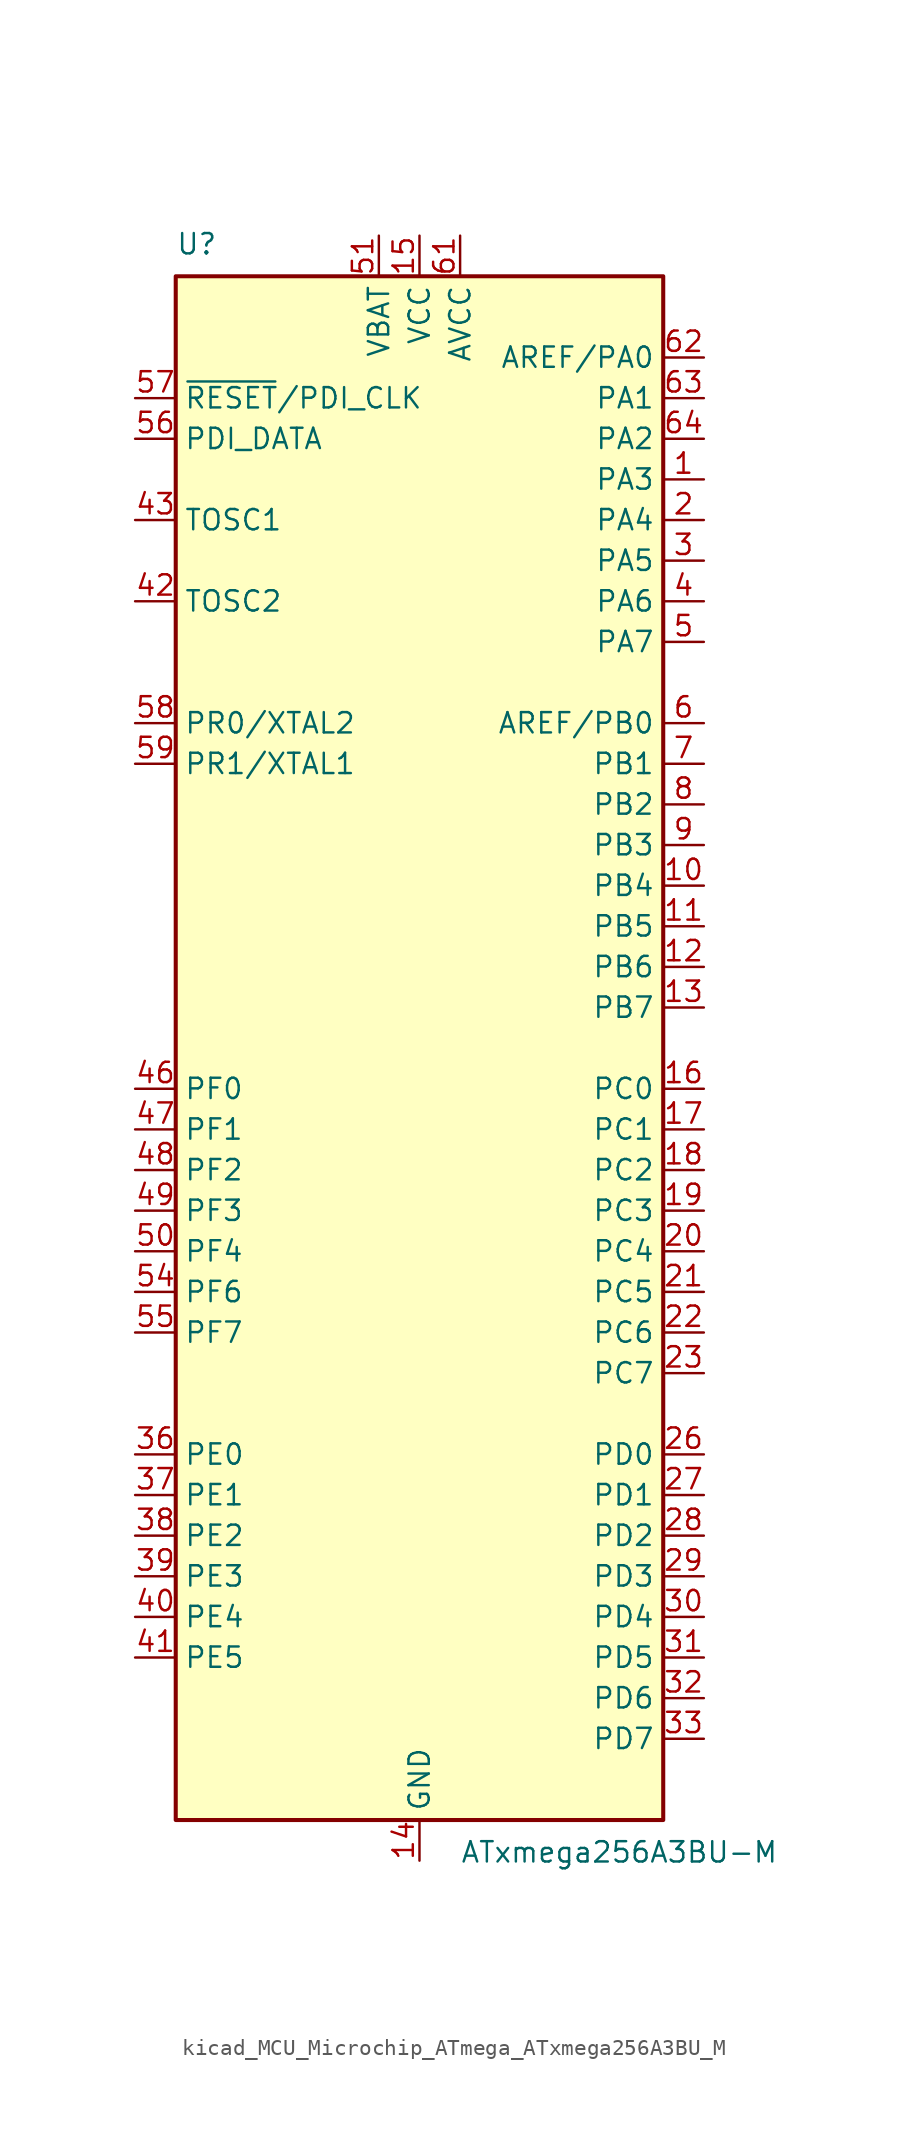
<source format=kicad_sym>
(kicad_symbol_lib
  (version 20220914)
  (generator kicad_symbol_editor)
  (symbol "kicad_MCU_Microchip_ATmega_ATxmega256A3BU_M"
    (property "Reference" "U"
      (at -15.24 49.53 0)
      (effects (font (size 1.27 1.27)) (justify left bottom)))
    (property "Value" "ATxmega256A3BU-M"
      (at 2.54 -49.53 0)
      (effects (font (size 1.27 1.27)) (justify left top)))
    (symbol "kicad_MCU_Microchip_ATmega_ATxmega256A3BU_M_0_1"
      (rectangle (start -15.24 -48.26) (end 15.24 48.26) (stroke (width 0.254) (type default)) (fill (type background))))
    (symbol "kicad_MCU_Microchip_ATmega_ATxmega256A3BU_M_1_1"
      (pin bidirectional line (at 17.78 35.56 180) (length 2.54) (name "PA3" (effects (font (size 1.27 1.27)))) (number "1" (effects (font (size 1.27 1.27)))))
      (pin bidirectional line (at 17.78 10.16 180) (length 2.54) (name "PB4" (effects (font (size 1.27 1.27)))) (number "10" (effects (font (size 1.27 1.27)))))
      (pin bidirectional line (at 17.78 7.62 180) (length 2.54) (name "PB5" (effects (font (size 1.27 1.27)))) (number "11" (effects (font (size 1.27 1.27)))))
      (pin bidirectional line (at 17.78 5.08 180) (length 2.54) (name "PB6" (effects (font (size 1.27 1.27)))) (number "12" (effects (font (size 1.27 1.27)))))
      (pin bidirectional line (at 17.78 2.54 180) (length 2.54) (name "PB7" (effects (font (size 1.27 1.27)))) (number "13" (effects (font (size 1.27 1.27)))))
      (pin power_in line (at 0 -50.8 90) (length 2.54) (name "GND" (effects (font (size 1.27 1.27)))) (number "14" (effects (font (size 1.27 1.27)))))
      (pin power_in line (at 0 50.8 270) (length 2.54) (name "VCC" (effects (font (size 1.27 1.27)))) (number "15" (effects (font (size 1.27 1.27)))))
      (pin bidirectional line (at 17.78 -2.54 180) (length 2.54) (name "PC0" (effects (font (size 1.27 1.27)))) (number "16" (effects (font (size 1.27 1.27)))))
      (pin bidirectional line (at 17.78 -5.08 180) (length 2.54) (name "PC1" (effects (font (size 1.27 1.27)))) (number "17" (effects (font (size 1.27 1.27)))))
      (pin bidirectional line (at 17.78 -7.62 180) (length 2.54) (name "PC2" (effects (font (size 1.27 1.27)))) (number "18" (effects (font (size 1.27 1.27)))))
      (pin bidirectional line (at 17.78 -10.16 180) (length 2.54) (name "PC3" (effects (font (size 1.27 1.27)))) (number "19" (effects (font (size 1.27 1.27)))))
      (pin bidirectional line (at 17.78 33.02 180) (length 2.54) (name "PA4" (effects (font (size 1.27 1.27)))) (number "2" (effects (font (size 1.27 1.27)))))
      (pin bidirectional line (at 17.78 -12.7 180) (length 2.54) (name "PC4" (effects (font (size 1.27 1.27)))) (number "20" (effects (font (size 1.27 1.27)))))
      (pin bidirectional line (at 17.78 -15.24 180) (length 2.54) (name "PC5" (effects (font (size 1.27 1.27)))) (number "21" (effects (font (size 1.27 1.27)))))
      (pin bidirectional line (at 17.78 -17.78 180) (length 2.54) (name "PC6" (effects (font (size 1.27 1.27)))) (number "22" (effects (font (size 1.27 1.27)))))
      (pin bidirectional line (at 17.78 -20.32 180) (length 2.54) (name "PC7" (effects (font (size 1.27 1.27)))) (number "23" (effects (font (size 1.27 1.27)))))
      (pin passive line (at 0 -50.8 90) (length 2.54) hide (name "GND" (effects (font (size 1.27 1.27)))) (number "24" (effects (font (size 1.27 1.27)))))
      (pin passive line (at 0 50.8 270) (length 2.54) hide (name "VCC" (effects (font (size 1.27 1.27)))) (number "25" (effects (font (size 1.27 1.27)))))
      (pin bidirectional line (at 17.78 -25.4 180) (length 2.54) (name "PD0" (effects (font (size 1.27 1.27)))) (number "26" (effects (font (size 1.27 1.27)))))
      (pin bidirectional line (at 17.78 -27.94 180) (length 2.54) (name "PD1" (effects (font (size 1.27 1.27)))) (number "27" (effects (font (size 1.27 1.27)))))
      (pin bidirectional line (at 17.78 -30.48 180) (length 2.54) (name "PD2" (effects (font (size 1.27 1.27)))) (number "28" (effects (font (size 1.27 1.27)))))
      (pin bidirectional line (at 17.78 -33.02 180) (length 2.54) (name "PD3" (effects (font (size 1.27 1.27)))) (number "29" (effects (font (size 1.27 1.27)))))
      (pin bidirectional line (at 17.78 30.48 180) (length 2.54) (name "PA5" (effects (font (size 1.27 1.27)))) (number "3" (effects (font (size 1.27 1.27)))))
      (pin bidirectional line (at 17.78 -35.56 180) (length 2.54) (name "PD4" (effects (font (size 1.27 1.27)))) (number "30" (effects (font (size 1.27 1.27)))))
      (pin bidirectional line (at 17.78 -38.1 180) (length 2.54) (name "PD5" (effects (font (size 1.27 1.27)))) (number "31" (effects (font (size 1.27 1.27)))))
      (pin bidirectional line (at 17.78 -40.64 180) (length 2.54) (name "PD6" (effects (font (size 1.27 1.27)))) (number "32" (effects (font (size 1.27 1.27)))))
      (pin bidirectional line (at 17.78 -43.18 180) (length 2.54) (name "PD7" (effects (font (size 1.27 1.27)))) (number "33" (effects (font (size 1.27 1.27)))))
      (pin passive line (at 0 -50.8 90) (length 2.54) hide (name "GND" (effects (font (size 1.27 1.27)))) (number "34" (effects (font (size 1.27 1.27)))))
      (pin passive line (at 0 50.8 270) (length 2.54) hide (name "VCC" (effects (font (size 1.27 1.27)))) (number "35" (effects (font (size 1.27 1.27)))))
      (pin bidirectional line (at -17.78 -25.4 0) (length 2.54) (name "PE0" (effects (font (size 1.27 1.27)))) (number "36" (effects (font (size 1.27 1.27)))))
      (pin bidirectional line (at -17.78 -27.94 0) (length 2.54) (name "PE1" (effects (font (size 1.27 1.27)))) (number "37" (effects (font (size 1.27 1.27)))))
      (pin bidirectional line (at -17.78 -30.48 0) (length 2.54) (name "PE2" (effects (font (size 1.27 1.27)))) (number "38" (effects (font (size 1.27 1.27)))))
      (pin bidirectional line (at -17.78 -33.02 0) (length 2.54) (name "PE3" (effects (font (size 1.27 1.27)))) (number "39" (effects (font (size 1.27 1.27)))))
      (pin bidirectional line (at 17.78 27.94 180) (length 2.54) (name "PA6" (effects (font (size 1.27 1.27)))) (number "4" (effects (font (size 1.27 1.27)))))
      (pin bidirectional line (at -17.78 -35.56 0) (length 2.54) (name "PE4" (effects (font (size 1.27 1.27)))) (number "40" (effects (font (size 1.27 1.27)))))
      (pin bidirectional line (at -17.78 -38.1 0) (length 2.54) (name "PE5" (effects (font (size 1.27 1.27)))) (number "41" (effects (font (size 1.27 1.27)))))
      (pin passive line (at -17.78 27.94 0) (length 2.54) (name "TOSC2" (effects (font (size 1.27 1.27)))) (number "42" (effects (font (size 1.27 1.27)))))
      (pin input line (at -17.78 33.02 0) (length 2.54) (name "TOSC1" (effects (font (size 1.27 1.27)))) (number "43" (effects (font (size 1.27 1.27)))))
      (pin passive line (at 0 -50.8 90) (length 2.54) hide (name "GND" (effects (font (size 1.27 1.27)))) (number "44" (effects (font (size 1.27 1.27)))))
      (pin passive line (at 0 50.8 270) (length 2.54) hide (name "VCC" (effects (font (size 1.27 1.27)))) (number "45" (effects (font (size 1.27 1.27)))))
      (pin bidirectional line (at -17.78 -2.54 0) (length 2.54) (name "PF0" (effects (font (size 1.27 1.27)))) (number "46" (effects (font (size 1.27 1.27)))))
      (pin bidirectional line (at -17.78 -5.08 0) (length 2.54) (name "PF1" (effects (font (size 1.27 1.27)))) (number "47" (effects (font (size 1.27 1.27)))))
      (pin bidirectional line (at -17.78 -7.62 0) (length 2.54) (name "PF2" (effects (font (size 1.27 1.27)))) (number "48" (effects (font (size 1.27 1.27)))))
      (pin bidirectional line (at -17.78 -10.16 0) (length 2.54) (name "PF3" (effects (font (size 1.27 1.27)))) (number "49" (effects (font (size 1.27 1.27)))))
      (pin bidirectional line (at 17.78 25.4 180) (length 2.54) (name "PA7" (effects (font (size 1.27 1.27)))) (number "5" (effects (font (size 1.27 1.27)))))
      (pin bidirectional line (at -17.78 -12.7 0) (length 2.54) (name "PF4" (effects (font (size 1.27 1.27)))) (number "50" (effects (font (size 1.27 1.27)))))
      (pin power_in line (at -2.54 50.8 270) (length 2.54) (name "VBAT" (effects (font (size 1.27 1.27)))) (number "51" (effects (font (size 1.27 1.27)))))
      (pin passive line (at 0 -50.8 90) (length 2.54) hide (name "GND" (effects (font (size 1.27 1.27)))) (number "52" (effects (font (size 1.27 1.27)))))
      (pin passive line (at 0 50.8 270) (length 2.54) hide (name "VCC" (effects (font (size 1.27 1.27)))) (number "53" (effects (font (size 1.27 1.27)))))
      (pin bidirectional line (at -17.78 -15.24 0) (length 2.54) (name "PF6" (effects (font (size 1.27 1.27)))) (number "54" (effects (font (size 1.27 1.27)))))
      (pin bidirectional line (at -17.78 -17.78 0) (length 2.54) (name "PF7" (effects (font (size 1.27 1.27)))) (number "55" (effects (font (size 1.27 1.27)))))
      (pin bidirectional line (at -17.78 38.1 0) (length 2.54) (name "PDI_DATA" (effects (font (size 1.27 1.27)))) (number "56" (effects (font (size 1.27 1.27)))))
      (pin input line (at -17.78 40.64 0) (length 2.54) (name "~{RESET}/PDI_CLK" (effects (font (size 1.27 1.27)))) (number "57" (effects (font (size 1.27 1.27)))))
      (pin bidirectional line (at -17.78 20.32 0) (length 2.54) (name "PR0/XTAL2" (effects (font (size 1.27 1.27)))) (number "58" (effects (font (size 1.27 1.27)))))
      (pin bidirectional line (at -17.78 17.78 0) (length 2.54) (name "PR1/XTAL1" (effects (font (size 1.27 1.27)))) (number "59" (effects (font (size 1.27 1.27)))))
      (pin bidirectional line (at 17.78 20.32 180) (length 2.54) (name "AREF/PB0" (effects (font (size 1.27 1.27)))) (number "6" (effects (font (size 1.27 1.27)))))
      (pin passive line (at 0 -50.8 90) (length 2.54) hide (name "GND" (effects (font (size 1.27 1.27)))) (number "60" (effects (font (size 1.27 1.27)))))
      (pin power_in line (at 2.54 50.8 270) (length 2.54) (name "AVCC" (effects (font (size 1.27 1.27)))) (number "61" (effects (font (size 1.27 1.27)))))
      (pin bidirectional line (at 17.78 43.18 180) (length 2.54) (name "AREF/PA0" (effects (font (size 1.27 1.27)))) (number "62" (effects (font (size 1.27 1.27)))))
      (pin bidirectional line (at 17.78 40.64 180) (length 2.54) (name "PA1" (effects (font (size 1.27 1.27)))) (number "63" (effects (font (size 1.27 1.27)))))
      (pin bidirectional line (at 17.78 38.1 180) (length 2.54) (name "PA2" (effects (font (size 1.27 1.27)))) (number "64" (effects (font (size 1.27 1.27)))))
      (pin passive line (at 0 -50.8 90) (length 2.54) hide (name "GND" (effects (font (size 1.27 1.27)))) (number "65" (effects (font (size 1.27 1.27)))))
      (pin bidirectional line (at 17.78 17.78 180) (length 2.54) (name "PB1" (effects (font (size 1.27 1.27)))) (number "7" (effects (font (size 1.27 1.27)))))
      (pin bidirectional line (at 17.78 15.24 180) (length 2.54) (name "PB2" (effects (font (size 1.27 1.27)))) (number "8" (effects (font (size 1.27 1.27)))))
      (pin bidirectional line (at 17.78 12.7 180) (length 2.54) (name "PB3" (effects (font (size 1.27 1.27)))) (number "9" (effects (font (size 1.27 1.27))))))))
</source>
